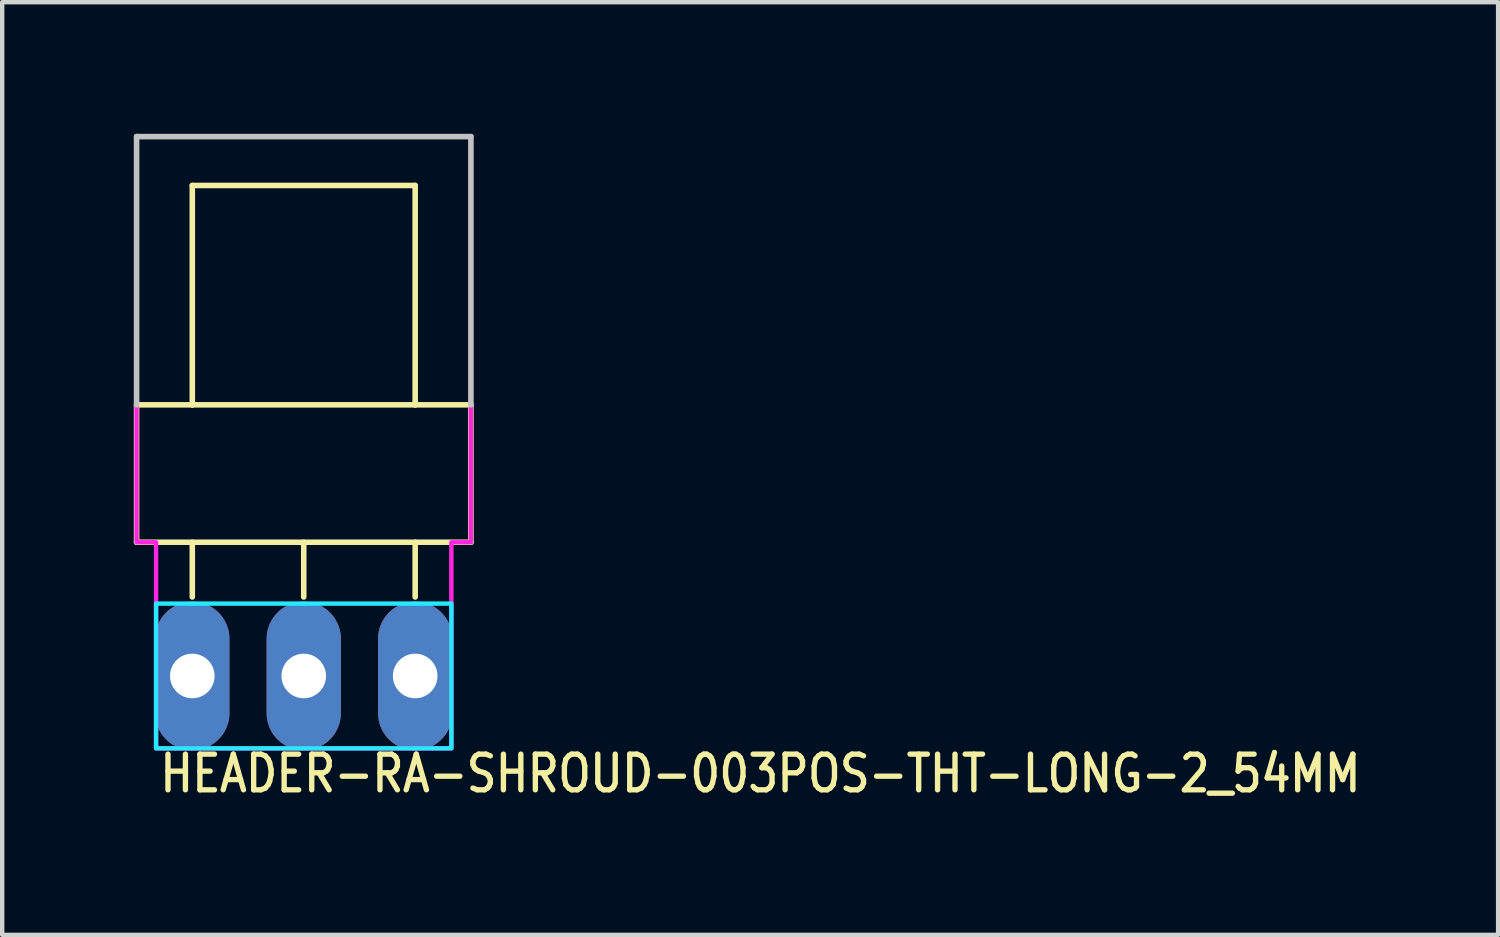
<source format=kicad_pcb>
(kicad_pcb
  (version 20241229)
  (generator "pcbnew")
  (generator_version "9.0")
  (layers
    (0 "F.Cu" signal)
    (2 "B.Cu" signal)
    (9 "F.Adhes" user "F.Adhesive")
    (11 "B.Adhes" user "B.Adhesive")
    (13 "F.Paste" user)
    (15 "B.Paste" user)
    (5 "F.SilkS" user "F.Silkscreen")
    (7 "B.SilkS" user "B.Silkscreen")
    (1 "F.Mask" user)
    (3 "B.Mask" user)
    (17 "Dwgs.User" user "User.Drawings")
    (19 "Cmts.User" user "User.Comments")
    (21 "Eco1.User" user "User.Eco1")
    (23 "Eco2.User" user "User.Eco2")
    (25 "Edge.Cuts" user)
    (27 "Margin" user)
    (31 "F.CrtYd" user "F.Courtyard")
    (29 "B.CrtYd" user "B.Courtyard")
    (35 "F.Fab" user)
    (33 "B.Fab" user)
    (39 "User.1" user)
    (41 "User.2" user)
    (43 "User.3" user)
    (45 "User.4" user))
  (footprint "HEADER-RA-SHROUD-003POS-THT-LONG-2_54MM"
    (layer "F.Cu")
    (at 1.333 12.357)
    (property "Reference" "HEADER-RA-SHROUD-003POS-THT-LONG-2_54MM" (at -0.8 2.7 0) (unlocked yes) (layer "F.SilkS") (effects (font (size 0.813 0.695) (thickness 0.122)) (justify left bottom)))
    (fp_line (start -1.27 -6.18) (end -1.27 -3.048) (stroke (width 0.127) (type solid)) (layer "F.SilkS"))
    (fp_line (start -1.27 -3.048) (end 6.35 -3.048) (stroke (width 0.127) (type solid)) (layer "F.SilkS"))
    (fp_line (start 0 -11.18) (end 0 -6.18) (stroke (width 0.127) (type solid)) (layer "F.SilkS"))
    (fp_line (start 0 -6.18) (end -1.27 -6.18) (stroke (width 0.127) (type solid)) (layer "F.SilkS"))
    (fp_line (start 0 -1.8) (end 0 -3.048) (stroke (width 0.127) (type solid)) (layer "F.SilkS"))
    (fp_line (start 2.54 -1.8) (end 2.54 -3.048) (stroke (width 0.127) (type solid)) (layer "F.SilkS"))
    (fp_line (start 5.08 -11.18) (end 0 -11.18) (stroke (width 0.127) (type solid)) (layer "F.SilkS"))
    (fp_line (start 5.08 -6.18) (end 0 -6.18) (stroke (width 0.127) (type solid)) (layer "F.SilkS"))
    (fp_line (start 5.08 -6.18) (end 5.08 -11.18) (stroke (width 0.127) (type solid)) (layer "F.SilkS"))
    (fp_line (start 5.08 -1.8) (end 5.08 -3.048) (stroke (width 0.127) (type solid)) (layer "F.SilkS"))
    (fp_line (start 6.35 -6.18) (end 5.08 -6.18) (stroke (width 0.127) (type solid)) (layer "F.SilkS"))
    (fp_line (start 6.35 -3.048) (end 6.35 -6.18) (stroke (width 0.127) (type solid)) (layer "F.SilkS"))
    (fp_line (start -1.27 -12.294) (end 6.35 -12.294) (stroke (width 0.127) (type solid)) (layer "Dwgs.User"))
    (fp_line (start -1.27 -6.18) (end -1.27 -12.294) (stroke (width 0.127) (type solid)) (layer "Dwgs.User"))
    (fp_line (start 6.35 -12.294) (end 6.35 -6.18) (stroke (width 0.127) (type solid)) (layer "Dwgs.User"))
    (fp_poly (pts (xy -0.826 -1.65) (xy -0.826 1.65) (xy 5.905 1.65) (xy 5.905 -1.65)) (stroke (width 0.1) (type solid)) (fill no) (layer "B.CrtYd"))
    (fp_poly (pts (xy -1.27 -12.294) (xy -1.27 -3.048) (xy -0.826 -3.048) (xy -0.826 1.65) (xy 5.905 1.65) (xy 5.905 -3.048) (xy 6.35 -3.048) (xy 6.35 -12.294)) (stroke (width 0.1) (type solid)) (fill no) (layer "F.CrtYd"))
    (pad "P$1" thru_hole oval (at 0 0 90) (size 3.387 1.693) (drill 1.016) (layers "*.Cu" "*.Mask"))
    (pad "P$2" thru_hole oval (at 2.54 0 90) (size 3.387 1.693) (drill 1.016) (layers "*.Cu" "*.Mask"))
    (pad "P$3" thru_hole oval (at 5.08 0 90) (size 3.387 1.693) (drill 1.016) (layers "*.Cu" "*.Mask")))
  (gr_rect
    (start -3 -3)
    (end 31.095 18.257)
    (stroke (width 0.1) (type default))
    (fill no)
    (layer "Edge.Cuts")))
</source>
